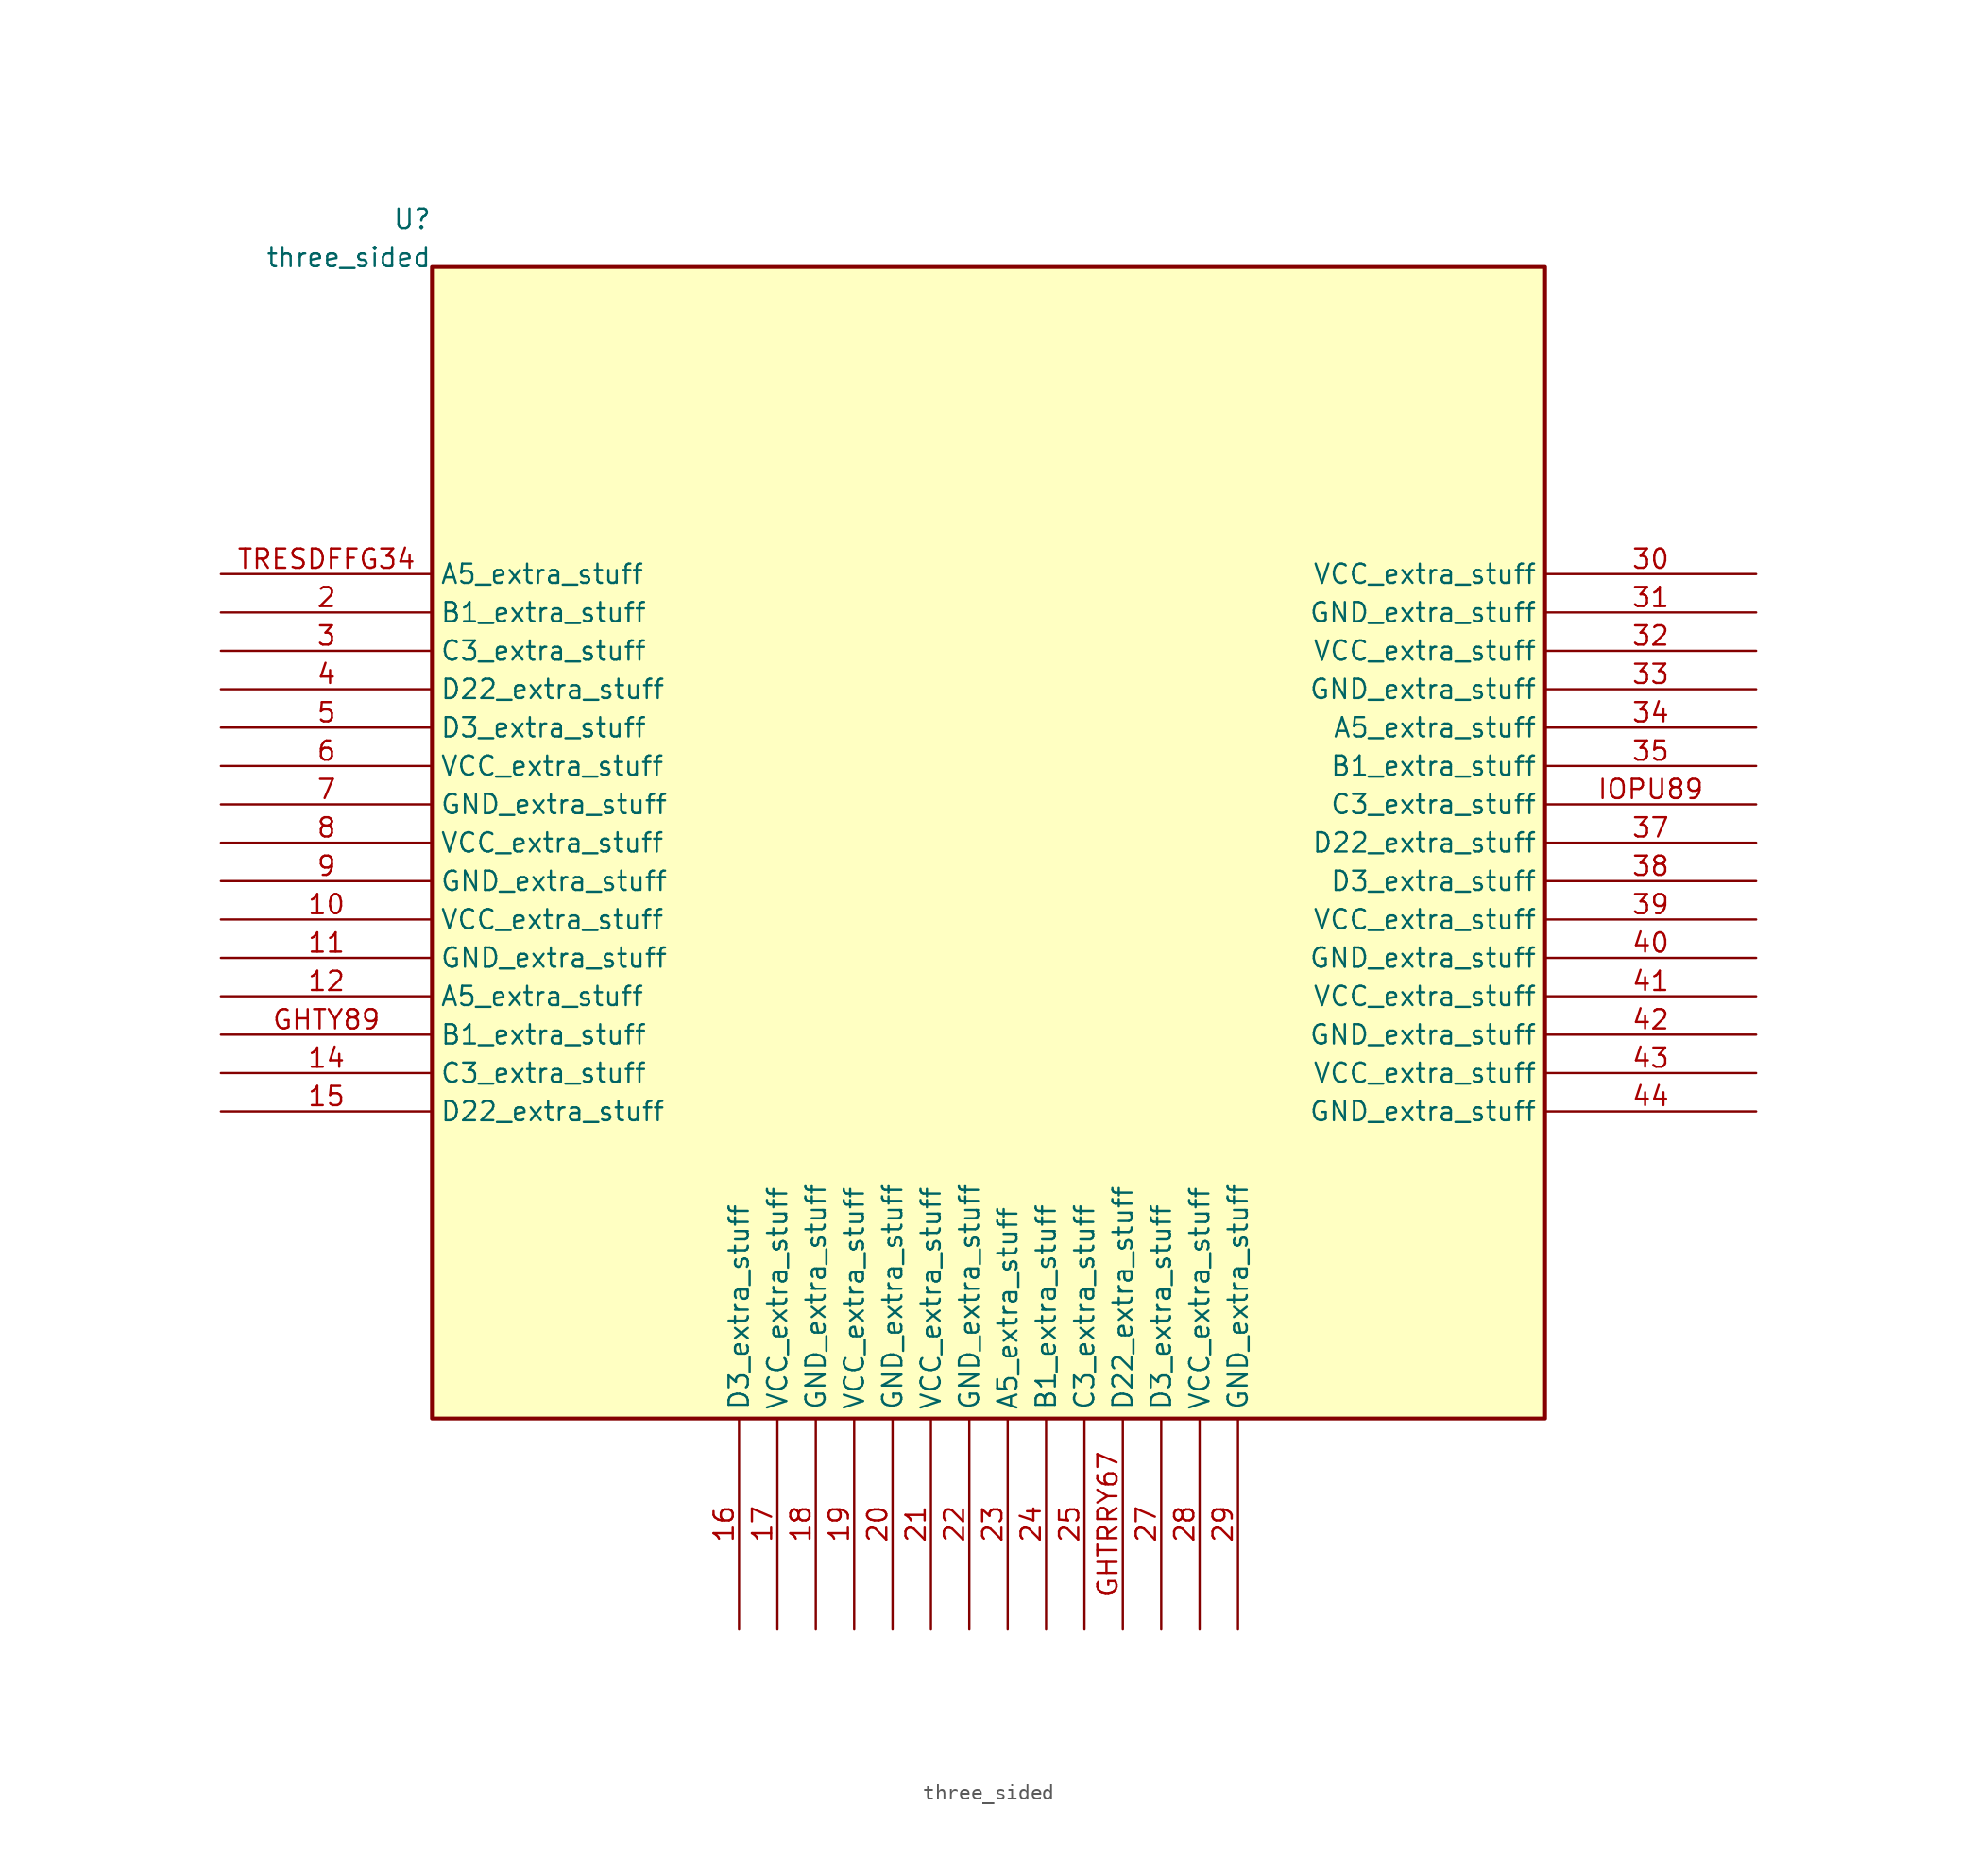
<source format=kicad_sym>
(kicad_symbol_lib
  (version 20241209)
  (generator "kicad_symbol_editor")
  (generator_version "8.0")
  (symbol "three_sided"
    (property "Reference" "U"
      (at -36.83 41.275 0)
      (effects (font (size 1.27 1.27)) (justify right) (hide no)))
    (property "Value" "three_sided"
      (at -36.83 38.735 0)
      (effects (font (size 1.27 1.27)) (justify right) (hide no)))
    (symbol "three_sided_1_1"
      (rectangle (start -36.83 -38.1) (end 36.83 38.1) (stroke (width 0.254) (type solid)) (fill (type background)))
      (pin passive line (at -50.8 17.78 0) (length 13.97) (name "A5_extra_stuff" (effects (font (size 1.27 1.27)))) (number "TRESDFFG34" (effects (font (size 1.27 1.27)))))
      (pin passive line (at -50.8 15.24 0) (length 13.97) (name "B1_extra_stuff" (effects (font (size 1.27 1.27)))) (number "2" (effects (font (size 1.27 1.27)))))
      (pin passive line (at -50.8 12.7 0) (length 13.97) (name "C3_extra_stuff" (effects (font (size 1.27 1.27)))) (number "3" (effects (font (size 1.27 1.27)))))
      (pin passive line (at -50.8 10.16 0) (length 13.97) (name "D22_extra_stuff" (effects (font (size 1.27 1.27)))) (number "4" (effects (font (size 1.27 1.27)))))
      (pin passive line (at -50.8 7.62 0) (length 13.97) (name "D3_extra_stuff" (effects (font (size 1.27 1.27)))) (number "5" (effects (font (size 1.27 1.27)))))
      (pin passive line (at -50.8 5.08 0) (length 13.97) (name "VCC_extra_stuff" (effects (font (size 1.27 1.27)))) (number "6" (effects (font (size 1.27 1.27)))))
      (pin passive line (at -50.8 2.54 0) (length 13.97) (name "GND_extra_stuff" (effects (font (size 1.27 1.27)))) (number "7" (effects (font (size 1.27 1.27)))))
      (pin passive line (at -50.8 3.552713678800501e-15 0) (length 13.97) (name "VCC_extra_stuff" (effects (font (size 1.27 1.27)))) (number "8" (effects (font (size 1.27 1.27)))))
      (pin passive line (at -50.8 -2.54 0) (length 13.97) (name "GND_extra_stuff" (effects (font (size 1.27 1.27)))) (number "9" (effects (font (size 1.27 1.27)))))
      (pin passive line (at -50.8 -5.08 0) (length 13.97) (name "VCC_extra_stuff" (effects (font (size 1.27 1.27)))) (number "10" (effects (font (size 1.27 1.27)))))
      (pin passive line (at -50.8 -7.62 0) (length 13.97) (name "GND_extra_stuff" (effects (font (size 1.27 1.27)))) (number "11" (effects (font (size 1.27 1.27)))))
      (pin passive line (at -50.8 -10.16 0) (length 13.97) (name "A5_extra_stuff" (effects (font (size 1.27 1.27)))) (number "12" (effects (font (size 1.27 1.27)))))
      (pin passive line (at -50.8 -12.7 0) (length 13.97) (name "B1_extra_stuff" (effects (font (size 1.27 1.27)))) (number "GHTY89" (effects (font (size 1.27 1.27)))))
      (pin passive line (at -50.8 -15.24 0) (length 13.97) (name "C3_extra_stuff" (effects (font (size 1.27 1.27)))) (number "14" (effects (font (size 1.27 1.27)))))
      (pin passive line (at -50.8 -17.78 0) (length 13.97) (name "D22_extra_stuff" (effects (font (size 1.27 1.27)))) (number "15" (effects (font (size 1.27 1.27)))))
      (pin passive line (at 50.8 17.78 180) (length 13.97) (name "VCC_extra_stuff" (effects (font (size 1.27 1.27)))) (number "30" (effects (font (size 1.27 1.27)))))
      (pin passive line (at 50.8 15.24 180) (length 13.97) (name "GND_extra_stuff" (effects (font (size 1.27 1.27)))) (number "31" (effects (font (size 1.27 1.27)))))
      (pin passive line (at 50.8 12.7 180) (length 13.97) (name "VCC_extra_stuff" (effects (font (size 1.27 1.27)))) (number "32" (effects (font (size 1.27 1.27)))))
      (pin passive line (at 50.8 10.16 180) (length 13.97) (name "GND_extra_stuff" (effects (font (size 1.27 1.27)))) (number "33" (effects (font (size 1.27 1.27)))))
      (pin passive line (at 50.8 7.62 180) (length 13.97) (name "A5_extra_stuff" (effects (font (size 1.27 1.27)))) (number "34" (effects (font (size 1.27 1.27)))))
      (pin passive line (at 50.8 5.08 180) (length 13.97) (name "B1_extra_stuff" (effects (font (size 1.27 1.27)))) (number "35" (effects (font (size 1.27 1.27)))))
      (pin passive line (at 50.8 2.54 180) (length 13.97) (name "C3_extra_stuff" (effects (font (size 1.27 1.27)))) (number "IOPU89" (effects (font (size 1.27 1.27)))))
      (pin passive line (at 50.8 3.552713678800501e-15 180) (length 13.97) (name "D22_extra_stuff" (effects (font (size 1.27 1.27)))) (number "37" (effects (font (size 1.27 1.27)))))
      (pin passive line (at 50.8 -2.54 180) (length 13.97) (name "D3_extra_stuff" (effects (font (size 1.27 1.27)))) (number "38" (effects (font (size 1.27 1.27)))))
      (pin passive line (at 50.8 -5.08 180) (length 13.97) (name "VCC_extra_stuff" (effects (font (size 1.27 1.27)))) (number "39" (effects (font (size 1.27 1.27)))))
      (pin passive line (at 50.8 -7.62 180) (length 13.97) (name "GND_extra_stuff" (effects (font (size 1.27 1.27)))) (number "40" (effects (font (size 1.27 1.27)))))
      (pin passive line (at 50.8 -10.16 180) (length 13.97) (name "VCC_extra_stuff" (effects (font (size 1.27 1.27)))) (number "41" (effects (font (size 1.27 1.27)))))
      (pin passive line (at 50.8 -12.7 180) (length 13.97) (name "GND_extra_stuff" (effects (font (size 1.27 1.27)))) (number "42" (effects (font (size 1.27 1.27)))))
      (pin passive line (at 50.8 -15.24 180) (length 13.97) (name "VCC_extra_stuff" (effects (font (size 1.27 1.27)))) (number "43" (effects (font (size 1.27 1.27)))))
      (pin passive line (at 50.8 -17.78 180) (length 13.97) (name "GND_extra_stuff" (effects (font (size 1.27 1.27)))) (number "44" (effects (font (size 1.27 1.27)))))
      (pin passive line (at -16.51 -52.07 90) (length 13.97) (name "D3_extra_stuff" (effects (font (size 1.27 1.27)))) (number "16" (effects (font (size 1.27 1.27)))))
      (pin passive line (at -13.97 -52.07 90) (length 13.97) (name "VCC_extra_stuff" (effects (font (size 1.27 1.27)))) (number "17" (effects (font (size 1.27 1.27)))))
      (pin passive line (at -11.43 -52.07 90) (length 13.97) (name "GND_extra_stuff" (effects (font (size 1.27 1.27)))) (number "18" (effects (font (size 1.27 1.27)))))
      (pin passive line (at -8.89 -52.07 90) (length 13.97) (name "VCC_extra_stuff" (effects (font (size 1.27 1.27)))) (number "19" (effects (font (size 1.27 1.27)))))
      (pin passive line (at -6.35 -52.07 90) (length 13.97) (name "GND_extra_stuff" (effects (font (size 1.27 1.27)))) (number "20" (effects (font (size 1.27 1.27)))))
      (pin passive line (at -3.81 -52.07 90) (length 13.97) (name "VCC_extra_stuff" (effects (font (size 1.27 1.27)))) (number "21" (effects (font (size 1.27 1.27)))))
      (pin passive line (at -1.27 -52.07 90) (length 13.97) (name "GND_extra_stuff" (effects (font (size 1.27 1.27)))) (number "22" (effects (font (size 1.27 1.27)))))
      (pin passive line (at 1.27 -52.07 90) (length 13.97) (name "A5_extra_stuff" (effects (font (size 1.27 1.27)))) (number "23" (effects (font (size 1.27 1.27)))))
      (pin passive line (at 3.81 -52.07 90) (length 13.97) (name "B1_extra_stuff" (effects (font (size 1.27 1.27)))) (number "24" (effects (font (size 1.27 1.27)))))
      (pin passive line (at 6.35 -52.07 90) (length 13.97) (name "C3_extra_stuff" (effects (font (size 1.27 1.27)))) (number "25" (effects (font (size 1.27 1.27)))))
      (pin passive line (at 8.89 -52.07 90) (length 13.97) (name "D22_extra_stuff" (effects (font (size 1.27 1.27)))) (number "GHTRRY67" (effects (font (size 1.27 1.27)))))
      (pin passive line (at 11.43 -52.07 90) (length 13.97) (name "D3_extra_stuff" (effects (font (size 1.27 1.27)))) (number "27" (effects (font (size 1.27 1.27)))))
      (pin passive line (at 13.97 -52.07 90) (length 13.97) (name "VCC_extra_stuff" (effects (font (size 1.27 1.27)))) (number "28" (effects (font (size 1.27 1.27)))))
      (pin passive line (at 16.51 -52.07 90) (length 13.97) (name "GND_extra_stuff" (effects (font (size 1.27 1.27)))) (number "29" (effects (font (size 1.27 1.27))))))))
</source>
